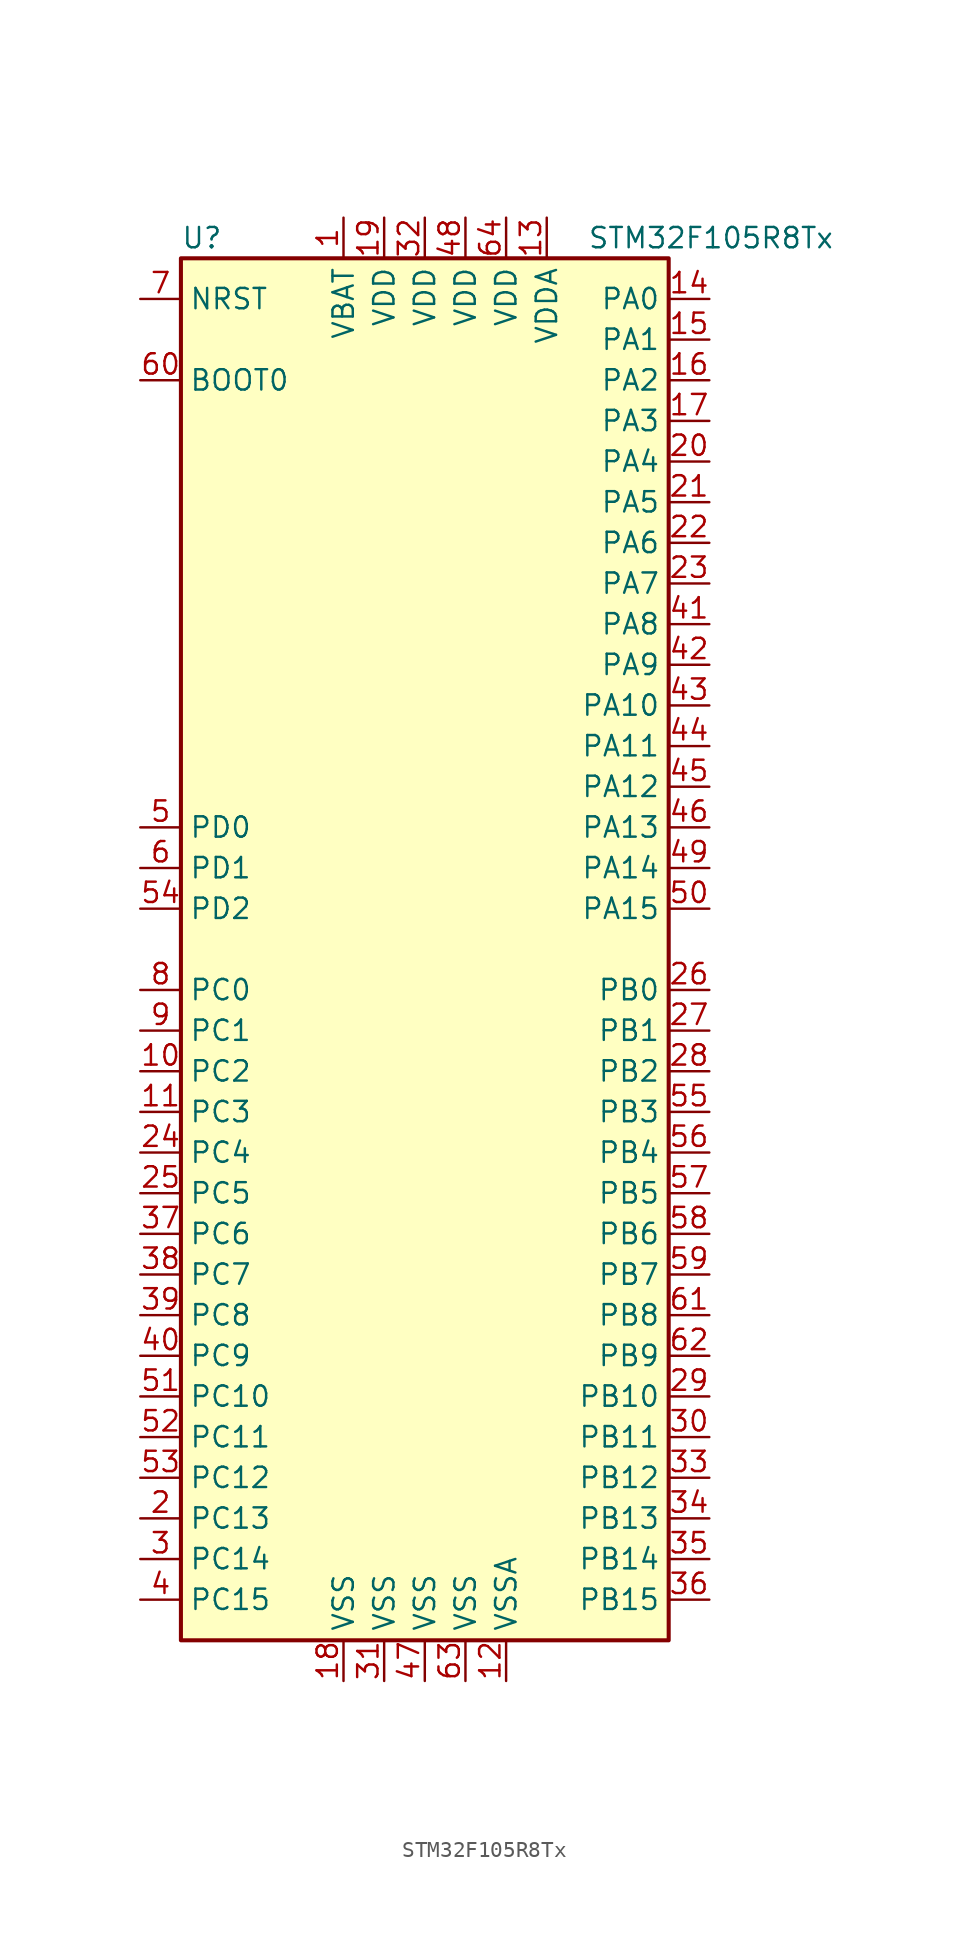
<source format=kicad_sym>
(kicad_symbol_lib
  (version 20201005)
  (generator kicad_symbol_editor)
  (symbol "STM32F105R8Tx"
    (property "Reference" "U"
      (at -15.24 44.45 0)
      (effects (font (size 1.27 1.27)) (justify left)))
    (property "Value" "STM32F105R8Tx"
      (at 10.16 44.45 0)
      (effects (font (size 1.27 1.27)) (justify left)))
    (symbol "STM32F105R8Tx_0_1"
      (rectangle (start -15.24 -43.18) (end 15.24 43.18) (stroke (width 0.254)) (fill (type background))))
    (symbol "STM32F105R8Tx_1_1"
      (pin input line (at -17.78 35.56 0) (length 2.54) (name "BOOT0" (effects (font (size 1.27 1.27)))) (number "60" (effects (font (size 1.27 1.27)))))
      (pin input line (at -17.78 40.64 0) (length 2.54) (name "NRST" (effects (font (size 1.27 1.27)))) (number "7" (effects (font (size 1.27 1.27)))))
      (pin bidirectional line (at 17.78 40.64 180) (length 2.54) (name "PA0" (effects (font (size 1.27 1.27)))) (number "14" (effects (font (size 1.27 1.27)))))
      (pin bidirectional line (at 17.78 38.1 180) (length 2.54) (name "PA1" (effects (font (size 1.27 1.27)))) (number "15" (effects (font (size 1.27 1.27)))))
      (pin bidirectional line (at 17.78 15.24 180) (length 2.54) (name "PA10" (effects (font (size 1.27 1.27)))) (number "43" (effects (font (size 1.27 1.27)))))
      (pin bidirectional line (at 17.78 12.7 180) (length 2.54) (name "PA11" (effects (font (size 1.27 1.27)))) (number "44" (effects (font (size 1.27 1.27)))))
      (pin bidirectional line (at 17.78 10.16 180) (length 2.54) (name "PA12" (effects (font (size 1.27 1.27)))) (number "45" (effects (font (size 1.27 1.27)))))
      (pin bidirectional line (at 17.78 7.62 180) (length 2.54) (name "PA13" (effects (font (size 1.27 1.27)))) (number "46" (effects (font (size 1.27 1.27)))))
      (pin bidirectional line (at 17.78 5.08 180) (length 2.54) (name "PA14" (effects (font (size 1.27 1.27)))) (number "49" (effects (font (size 1.27 1.27)))))
      (pin bidirectional line (at 17.78 2.54 180) (length 2.54) (name "PA15" (effects (font (size 1.27 1.27)))) (number "50" (effects (font (size 1.27 1.27)))))
      (pin bidirectional line (at 17.78 35.56 180) (length 2.54) (name "PA2" (effects (font (size 1.27 1.27)))) (number "16" (effects (font (size 1.27 1.27)))))
      (pin bidirectional line (at 17.78 33.02 180) (length 2.54) (name "PA3" (effects (font (size 1.27 1.27)))) (number "17" (effects (font (size 1.27 1.27)))))
      (pin bidirectional line (at 17.78 30.48 180) (length 2.54) (name "PA4" (effects (font (size 1.27 1.27)))) (number "20" (effects (font (size 1.27 1.27)))))
      (pin bidirectional line (at 17.78 27.94 180) (length 2.54) (name "PA5" (effects (font (size 1.27 1.27)))) (number "21" (effects (font (size 1.27 1.27)))))
      (pin bidirectional line (at 17.78 25.4 180) (length 2.54) (name "PA6" (effects (font (size 1.27 1.27)))) (number "22" (effects (font (size 1.27 1.27)))))
      (pin bidirectional line (at 17.78 22.86 180) (length 2.54) (name "PA7" (effects (font (size 1.27 1.27)))) (number "23" (effects (font (size 1.27 1.27)))))
      (pin bidirectional line (at 17.78 20.32 180) (length 2.54) (name "PA8" (effects (font (size 1.27 1.27)))) (number "41" (effects (font (size 1.27 1.27)))))
      (pin bidirectional line (at 17.78 17.78 180) (length 2.54) (name "PA9" (effects (font (size 1.27 1.27)))) (number "42" (effects (font (size 1.27 1.27)))))
      (pin bidirectional line (at 17.78 -2.54 180) (length 2.54) (name "PB0" (effects (font (size 1.27 1.27)))) (number "26" (effects (font (size 1.27 1.27)))))
      (pin bidirectional line (at 17.78 -5.08 180) (length 2.54) (name "PB1" (effects (font (size 1.27 1.27)))) (number "27" (effects (font (size 1.27 1.27)))))
      (pin bidirectional line (at 17.78 -27.94 180) (length 2.54) (name "PB10" (effects (font (size 1.27 1.27)))) (number "29" (effects (font (size 1.27 1.27)))))
      (pin bidirectional line (at 17.78 -30.48 180) (length 2.54) (name "PB11" (effects (font (size 1.27 1.27)))) (number "30" (effects (font (size 1.27 1.27)))))
      (pin bidirectional line (at 17.78 -33.02 180) (length 2.54) (name "PB12" (effects (font (size 1.27 1.27)))) (number "33" (effects (font (size 1.27 1.27)))))
      (pin bidirectional line (at 17.78 -35.56 180) (length 2.54) (name "PB13" (effects (font (size 1.27 1.27)))) (number "34" (effects (font (size 1.27 1.27)))))
      (pin bidirectional line (at 17.78 -38.1 180) (length 2.54) (name "PB14" (effects (font (size 1.27 1.27)))) (number "35" (effects (font (size 1.27 1.27)))))
      (pin bidirectional line (at 17.78 -40.64 180) (length 2.54) (name "PB15" (effects (font (size 1.27 1.27)))) (number "36" (effects (font (size 1.27 1.27)))))
      (pin bidirectional line (at 17.78 -7.62 180) (length 2.54) (name "PB2" (effects (font (size 1.27 1.27)))) (number "28" (effects (font (size 1.27 1.27)))))
      (pin bidirectional line (at 17.78 -10.16 180) (length 2.54) (name "PB3" (effects (font (size 1.27 1.27)))) (number "55" (effects (font (size 1.27 1.27)))))
      (pin bidirectional line (at 17.78 -12.7 180) (length 2.54) (name "PB4" (effects (font (size 1.27 1.27)))) (number "56" (effects (font (size 1.27 1.27)))))
      (pin bidirectional line (at 17.78 -15.24 180) (length 2.54) (name "PB5" (effects (font (size 1.27 1.27)))) (number "57" (effects (font (size 1.27 1.27)))))
      (pin bidirectional line (at 17.78 -17.78 180) (length 2.54) (name "PB6" (effects (font (size 1.27 1.27)))) (number "58" (effects (font (size 1.27 1.27)))))
      (pin bidirectional line (at 17.78 -20.32 180) (length 2.54) (name "PB7" (effects (font (size 1.27 1.27)))) (number "59" (effects (font (size 1.27 1.27)))))
      (pin bidirectional line (at 17.78 -22.86 180) (length 2.54) (name "PB8" (effects (font (size 1.27 1.27)))) (number "61" (effects (font (size 1.27 1.27)))))
      (pin bidirectional line (at 17.78 -25.4 180) (length 2.54) (name "PB9" (effects (font (size 1.27 1.27)))) (number "62" (effects (font (size 1.27 1.27)))))
      (pin bidirectional line (at -17.78 -2.54 0) (length 2.54) (name "PC0" (effects (font (size 1.27 1.27)))) (number "8" (effects (font (size 1.27 1.27)))))
      (pin bidirectional line (at -17.78 -5.08 0) (length 2.54) (name "PC1" (effects (font (size 1.27 1.27)))) (number "9" (effects (font (size 1.27 1.27)))))
      (pin bidirectional line (at -17.78 -27.94 0) (length 2.54) (name "PC10" (effects (font (size 1.27 1.27)))) (number "51" (effects (font (size 1.27 1.27)))))
      (pin bidirectional line (at -17.78 -30.48 0) (length 2.54) (name "PC11" (effects (font (size 1.27 1.27)))) (number "52" (effects (font (size 1.27 1.27)))))
      (pin bidirectional line (at -17.78 -33.02 0) (length 2.54) (name "PC12" (effects (font (size 1.27 1.27)))) (number "53" (effects (font (size 1.27 1.27)))))
      (pin bidirectional line (at -17.78 -35.56 0) (length 2.54) (name "PC13" (effects (font (size 1.27 1.27)))) (number "2" (effects (font (size 1.27 1.27)))))
      (pin bidirectional line (at -17.78 -38.1 0) (length 2.54) (name "PC14" (effects (font (size 1.27 1.27)))) (number "3" (effects (font (size 1.27 1.27)))))
      (pin bidirectional line (at -17.78 -40.64 0) (length 2.54) (name "PC15" (effects (font (size 1.27 1.27)))) (number "4" (effects (font (size 1.27 1.27)))))
      (pin bidirectional line (at -17.78 -7.62 0) (length 2.54) (name "PC2" (effects (font (size 1.27 1.27)))) (number "10" (effects (font (size 1.27 1.27)))))
      (pin bidirectional line (at -17.78 -10.16 0) (length 2.54) (name "PC3" (effects (font (size 1.27 1.27)))) (number "11" (effects (font (size 1.27 1.27)))))
      (pin bidirectional line (at -17.78 -12.7 0) (length 2.54) (name "PC4" (effects (font (size 1.27 1.27)))) (number "24" (effects (font (size 1.27 1.27)))))
      (pin bidirectional line (at -17.78 -15.24 0) (length 2.54) (name "PC5" (effects (font (size 1.27 1.27)))) (number "25" (effects (font (size 1.27 1.27)))))
      (pin bidirectional line (at -17.78 -17.78 0) (length 2.54) (name "PC6" (effects (font (size 1.27 1.27)))) (number "37" (effects (font (size 1.27 1.27)))))
      (pin bidirectional line (at -17.78 -20.32 0) (length 2.54) (name "PC7" (effects (font (size 1.27 1.27)))) (number "38" (effects (font (size 1.27 1.27)))))
      (pin bidirectional line (at -17.78 -22.86 0) (length 2.54) (name "PC8" (effects (font (size 1.27 1.27)))) (number "39" (effects (font (size 1.27 1.27)))))
      (pin bidirectional line (at -17.78 -25.4 0) (length 2.54) (name "PC9" (effects (font (size 1.27 1.27)))) (number "40" (effects (font (size 1.27 1.27)))))
      (pin input line (at -17.78 7.62 0) (length 2.54) (name "PD0" (effects (font (size 1.27 1.27)))) (number "5" (effects (font (size 1.27 1.27)))))
      (pin input line (at -17.78 5.08 0) (length 2.54) (name "PD1" (effects (font (size 1.27 1.27)))) (number "6" (effects (font (size 1.27 1.27)))))
      (pin bidirectional line (at -17.78 2.54 0) (length 2.54) (name "PD2" (effects (font (size 1.27 1.27)))) (number "54" (effects (font (size 1.27 1.27)))))
      (pin power_in line (at -5.08 45.72 270) (length 2.54) (name "VBAT" (effects (font (size 1.27 1.27)))) (number "1" (effects (font (size 1.27 1.27)))))
      (pin power_in line (at -2.54 45.72 270) (length 2.54) (name "VDD" (effects (font (size 1.27 1.27)))) (number "19" (effects (font (size 1.27 1.27)))))
      (pin power_in line (at 0 45.72 270) (length 2.54) (name "VDD" (effects (font (size 1.27 1.27)))) (number "32" (effects (font (size 1.27 1.27)))))
      (pin power_in line (at 2.54 45.72 270) (length 2.54) (name "VDD" (effects (font (size 1.27 1.27)))) (number "48" (effects (font (size 1.27 1.27)))))
      (pin power_in line (at 5.08 45.72 270) (length 2.54) (name "VDD" (effects (font (size 1.27 1.27)))) (number "64" (effects (font (size 1.27 1.27)))))
      (pin power_in line (at 7.62 45.72 270) (length 2.54) (name "VDDA" (effects (font (size 1.27 1.27)))) (number "13" (effects (font (size 1.27 1.27)))))
      (pin power_in line (at -5.08 -45.72 90) (length 2.54) (name "VSS" (effects (font (size 1.27 1.27)))) (number "18" (effects (font (size 1.27 1.27)))))
      (pin power_in line (at -2.54 -45.72 90) (length 2.54) (name "VSS" (effects (font (size 1.27 1.27)))) (number "31" (effects (font (size 1.27 1.27)))))
      (pin power_in line (at 0 -45.72 90) (length 2.54) (name "VSS" (effects (font (size 1.27 1.27)))) (number "47" (effects (font (size 1.27 1.27)))))
      (pin power_in line (at 2.54 -45.72 90) (length 2.54) (name "VSS" (effects (font (size 1.27 1.27)))) (number "63" (effects (font (size 1.27 1.27)))))
      (pin power_in line (at 5.08 -45.72 90) (length 2.54) (name "VSSA" (effects (font (size 1.27 1.27)))) (number "12" (effects (font (size 1.27 1.27))))))))
</source>
